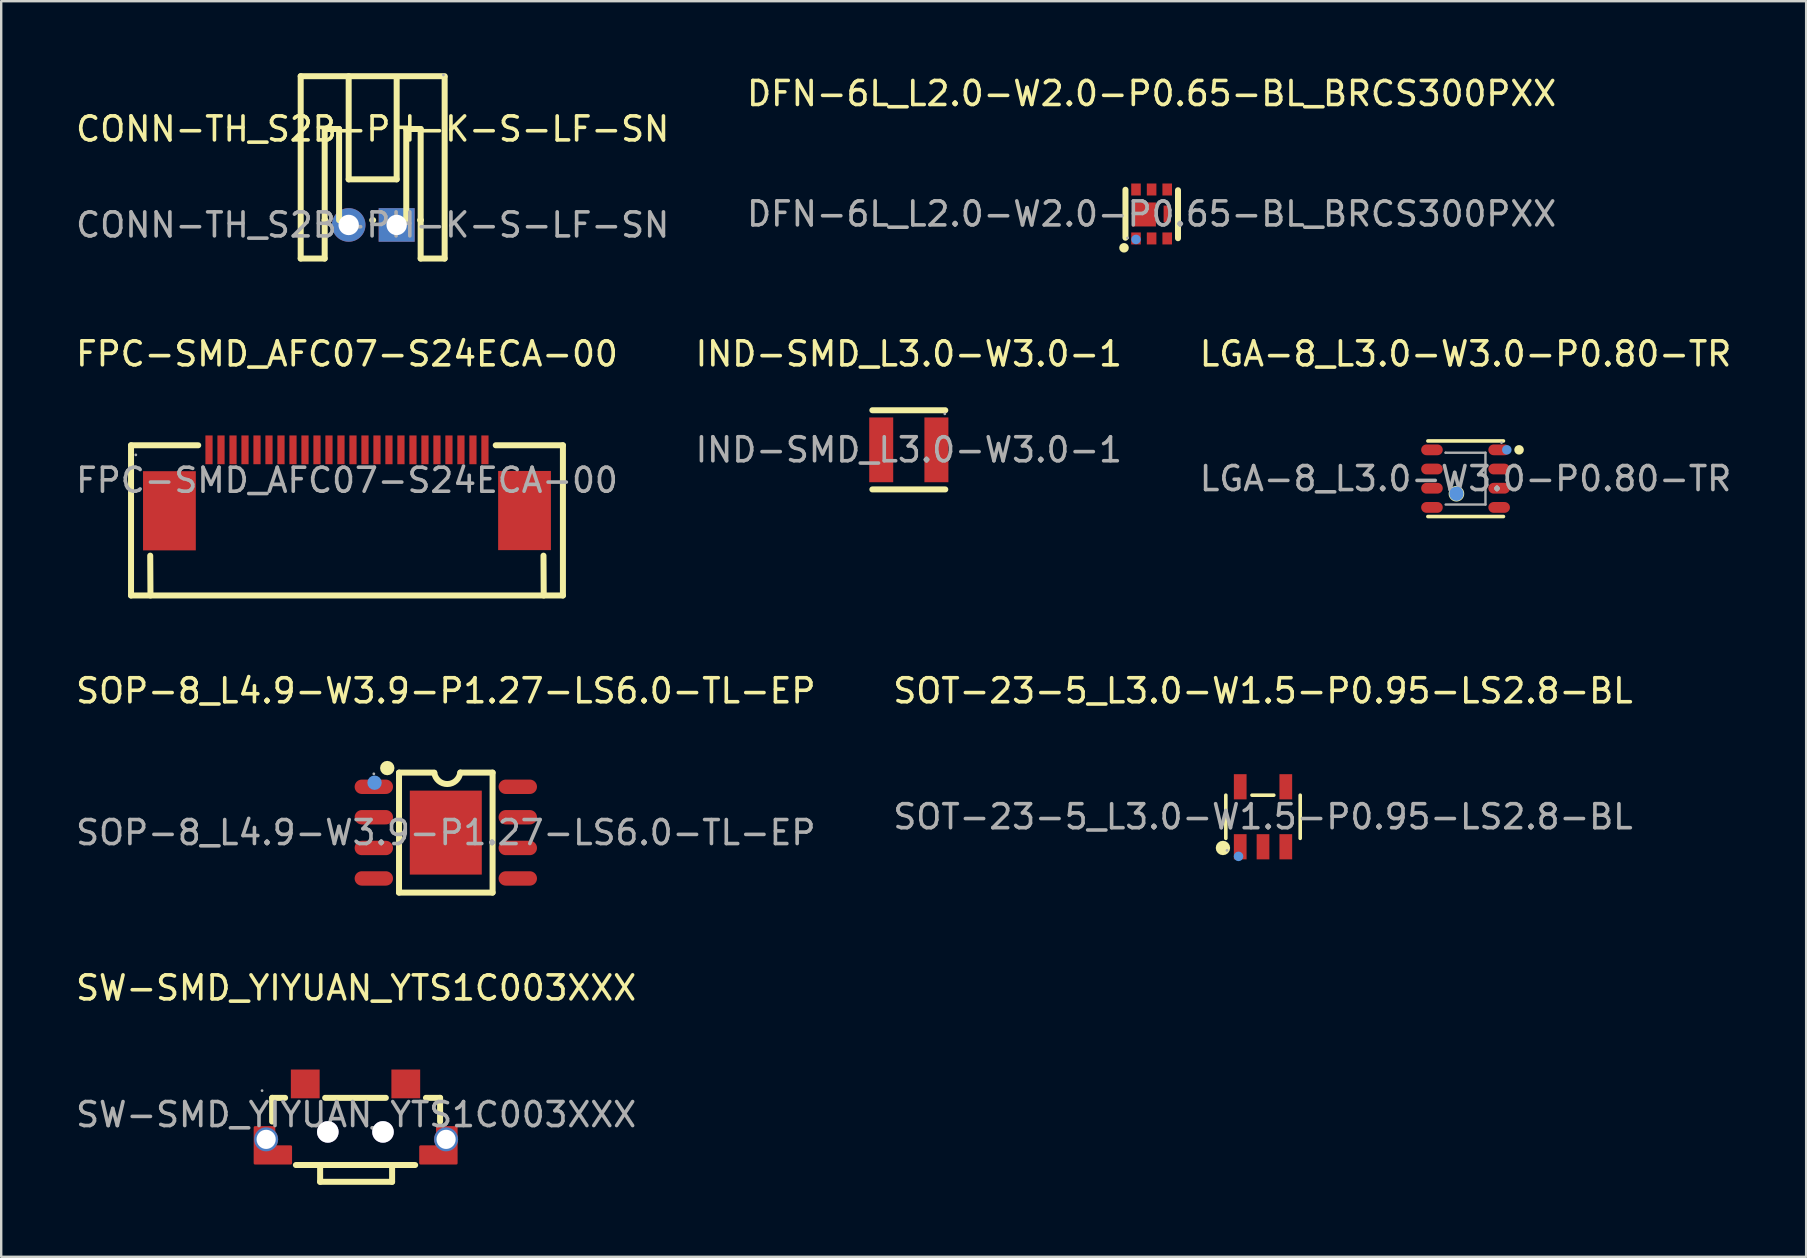
<source format=kicad_pcb>
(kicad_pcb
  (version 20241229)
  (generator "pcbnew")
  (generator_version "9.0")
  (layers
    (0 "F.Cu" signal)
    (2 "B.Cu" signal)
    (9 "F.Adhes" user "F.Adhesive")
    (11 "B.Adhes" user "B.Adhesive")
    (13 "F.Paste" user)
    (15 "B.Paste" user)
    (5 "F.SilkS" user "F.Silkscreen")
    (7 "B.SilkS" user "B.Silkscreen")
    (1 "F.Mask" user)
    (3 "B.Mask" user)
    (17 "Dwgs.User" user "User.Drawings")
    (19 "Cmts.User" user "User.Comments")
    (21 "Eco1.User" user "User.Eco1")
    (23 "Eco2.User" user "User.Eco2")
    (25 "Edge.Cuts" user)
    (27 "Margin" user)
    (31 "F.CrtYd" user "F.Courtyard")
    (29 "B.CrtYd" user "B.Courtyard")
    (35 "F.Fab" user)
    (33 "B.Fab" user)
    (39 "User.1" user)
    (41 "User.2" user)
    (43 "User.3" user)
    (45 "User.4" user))
  (footprint "CONN-TH_S2B-PH-K-S-LF-SN"
    (layer "F.Cu")
    (at 12.482 6.325)
    (property "Reference" "CONN-TH_S2B-PH-K-S-LF-SN" (at 0 -4 0) (layer "F.SilkS") (effects (font (size 1 1) (thickness 0.15))))
    (attr through_hole)
    (fp_line (start -3 -6.2) (end -3 1.4) (stroke (width 0.25) (type solid)) (layer "F.SilkS"))
    (fp_line (start -3 -6.2) (end 3 -6.2) (stroke (width 0.25) (type solid)) (layer "F.SilkS"))
    (fp_line (start -3 1.4) (end -2 1.4) (stroke (width 0.25) (type solid)) (layer "F.SilkS"))
    (fp_line (start -2 -4) (end -1.4 -4) (stroke (width 0.25) (type solid)) (layer "F.SilkS"))
    (fp_line (start -2 -0.2) (end -2 -4) (stroke (width 0.25) (type solid)) (layer "F.SilkS"))
    (fp_line (start -2 -0.2) (end -1.98 -0.2) (stroke (width 0.25) (type solid)) (layer "F.SilkS"))
    (fp_line (start -2 1.4) (end -2 -0.2) (stroke (width 0.25) (type solid)) (layer "F.SilkS"))
    (fp_line (start -1.4 -4) (end -1.4 -0.2) (stroke (width 0.25) (type solid)) (layer "F.SilkS"))
    (fp_line (start -1 -6.2) (end -1 -1.9) (stroke (width 0.25) (type solid)) (layer "F.SilkS"))
    (fp_line (start -1 -1.9) (end 1 -1.9) (stroke (width 0.25) (type solid)) (layer "F.SilkS"))
    (fp_line (start -0.02 -0.2) (end 0.02 -0.2) (stroke (width 0.25) (type solid)) (layer "F.SilkS"))
    (fp_line (start 1 -1.9) (end 1 -6.1) (stroke (width 0.25) (type solid)) (layer "F.SilkS"))
    (fp_line (start 1.4 -4) (end 2 -4) (stroke (width 0.25) (type solid)) (layer "F.SilkS"))
    (fp_line (start 1.4 -0.2) (end 1.4 -4) (stroke (width 0.25) (type solid)) (layer "F.SilkS"))
    (fp_line (start 1.98 -0.2) (end 2 -0.2) (stroke (width 0.25) (type solid)) (layer "F.SilkS"))
    (fp_line (start 2 -4) (end 2 -0.2) (stroke (width 0.25) (type solid)) (layer "F.SilkS"))
    (fp_line (start 2 1.4) (end 2 -0.2) (stroke (width 0.25) (type solid)) (layer "F.SilkS"))
    (fp_line (start 3 1.4) (end 2 1.4) (stroke (width 0.25) (type solid)) (layer "F.SilkS"))
    (fp_line (start 3 1.4) (end 3 -6.16) (stroke (width 0.25) (type solid)) (layer "F.SilkS"))
    (fp_circle (center 2.95 -6.25) (end 2.98 -6.25) (stroke (width 0.06) (type solid)) (fill no) (layer "F.Fab"))
    (fp_text user "${REFERENCE}" (at 0 0 0) (layer "F.Fab") (effects (font (size 1 1) (thickness 0.15))))
    (pad "1" thru_hole rect (at 1 0) (size 1.5 1.4) (drill 0.85) (layers "*.Cu" "*.Mask"))
    (pad "2" thru_hole circle (at -1 0) (size 1.4 1.4) (drill 0.85) (layers "*.Cu" "*.Mask")))
  (footprint "DFN-6L_L2.0-W2.0-P0.65-BL_BRCS300PXX"
    (layer "F.Cu")
    (at 44.946 5.868)
    (property "Reference" "DFN-6L_L2.0-W2.0-P0.65-BL_BRCS300PXX" (at 0 -5.02 0) (layer "F.SilkS") (effects (font (size 1 1) (thickness 0.15))))
    (attr smd)
    (fp_line (start -1.09 -1.01) (end -1.09 0.99) (stroke (width 0.25) (type solid)) (layer "F.SilkS"))
    (fp_line (start 1.1 -0.99) (end 1.1 1.01) (stroke (width 0.25) (type solid)) (layer "F.SilkS"))
    (fp_circle (center -1.15 1.41) (end -1.05 1.41) (stroke (width 0.2) (type solid)) (fill no) (layer "F.SilkS"))
    (fp_circle (center -0.65 1.06) (end -0.55 1.06) (stroke (width 0.2) (type solid)) (fill no) (layer "Cmts.User"))
    (fp_circle (center -1 1) (end -0.97 1) (stroke (width 0.06) (type solid)) (fill no) (layer "F.Fab"))
    (fp_text user "${REFERENCE}" (at 0 0 0) (layer "F.Fab") (effects (font (size 1 1) (thickness 0.15))))
    (pad "1" smd rect (at -0.65 -1.02 180) (size 0.4 0.5) (layers "F.Cu" "F.Mask" "F.Paste"))
    (pad "1" smd rect (at -0.65 1.02 180) (size 0.4 0.5) (layers "F.Cu" "F.Mask" "F.Paste"))
    (pad "1" smd rect (at -0.32 0.02 180) (size 1 1) (layers "F.Cu" "F.Mask" "F.Paste"))
    (pad "1" smd rect (at 0 -1.02 180) (size 0.4 0.5) (layers "F.Cu" "F.Mask" "F.Paste"))
    (pad "1" smd rect (at 0 1.02 180) (size 0.4 0.5) (layers "F.Cu" "F.Mask" "F.Paste"))
    (pad "2" smd rect (at 0.65 1.02 180) (size 0.4 0.5) (layers "F.Cu" "F.Mask" "F.Paste"))
    (pad "3" smd rect (at 0.65 -1.02 180) (size 0.4 0.5) (layers "F.Cu" "F.Mask" "F.Paste"))
    (pad "3" smd rect (at 0.65 0 180) (size 0.3 0.7) (layers "F.Cu" "F.Mask" "F.Paste")))
  (footprint "FPC-SMD_AFC07-S24ECA-00"
    (layer "F.Cu")
    (at 11.411 16.968)
    (property "Reference" "FPC-SMD_AFC07-S24ECA-00" (at 0 -5.27 0) (layer "F.SilkS") (effects (font (size 1 1) (thickness 0.15))))
    (attr smd)
    (fp_line (start -9 -1.46) (end -6.2 -1.46) (stroke (width 0.25) (type solid)) (layer "F.SilkS"))
    (fp_line (start -9 4.8) (end -9 -1.46) (stroke (width 0.25) (type solid)) (layer "F.SilkS"))
    (fp_line (start -9 4.8) (end 9 4.8) (stroke (width 0.25) (type solid)) (layer "F.SilkS"))
    (fp_line (start -8.19 4.8) (end -8.2 3.14) (stroke (width 0.25) (type solid)) (layer "F.SilkS"))
    (fp_line (start 6.2 -1.46) (end 9 -1.46) (stroke (width 0.25) (type solid)) (layer "F.SilkS"))
    (fp_line (start 8.19 3.14) (end 8.2 4.8) (stroke (width 0.25) (type solid)) (layer "F.SilkS"))
    (fp_line (start 9 -1.46) (end 9 4.8) (stroke (width 0.25) (type solid)) (layer "F.SilkS"))
    (fp_circle (center -8.8 -1.06) (end -8.77 -1.06) (stroke (width 0.06) (type solid)) (fill no) (layer "F.Fab"))
    (fp_text user "${REFERENCE}" (at 0 0 0) (layer "F.Fab") (effects (font (size 1 1) (thickness 0.15))))
    (pad "1" smd rect (at -5.75 -1.27 180) (size 0.3 1.2) (layers "F.Cu" "F.Mask" "F.Paste"))
    (pad "2" smd rect (at -5.25 -1.27 180) (size 0.3 1.2) (layers "F.Cu" "F.Mask" "F.Paste"))
    (pad "3" smd rect (at -4.75 -1.27 180) (size 0.3 1.2) (layers "F.Cu" "F.Mask" "F.Paste"))
    (pad "4" smd rect (at -4.25 -1.27 180) (size 0.3 1.2) (layers "F.Cu" "F.Mask" "F.Paste"))
    (pad "5" smd rect (at -3.75 -1.27 180) (size 0.3 1.2) (layers "F.Cu" "F.Mask" "F.Paste"))
    (pad "6" smd rect (at -3.25 -1.27 180) (size 0.3 1.2) (layers "F.Cu" "F.Mask" "F.Paste"))
    (pad "7" smd rect (at -2.75 -1.27 180) (size 0.3 1.2) (layers "F.Cu" "F.Mask" "F.Paste"))
    (pad "8" smd rect (at -2.25 -1.27 180) (size 0.3 1.2) (layers "F.Cu" "F.Mask" "F.Paste"))
    (pad "9" smd rect (at -1.75 -1.27 180) (size 0.3 1.2) (layers "F.Cu" "F.Mask" "F.Paste"))
    (pad "10" smd rect (at -1.25 -1.27 180) (size 0.3 1.2) (layers "F.Cu" "F.Mask" "F.Paste"))
    (pad "11" smd rect (at -0.75 -1.27 180) (size 0.3 1.2) (layers "F.Cu" "F.Mask" "F.Paste"))
    (pad "12" smd rect (at -0.25 -1.27 180) (size 0.3 1.2) (layers "F.Cu" "F.Mask" "F.Paste"))
    (pad "13" smd rect (at 0.25 -1.27 180) (size 0.3 1.2) (layers "F.Cu" "F.Mask" "F.Paste"))
    (pad "14" smd rect (at 0.75 -1.27 180) (size 0.3 1.2) (layers "F.Cu" "F.Mask" "F.Paste"))
    (pad "15" smd rect (at 1.25 -1.27 180) (size 0.3 1.2) (layers "F.Cu" "F.Mask" "F.Paste"))
    (pad "16" smd rect (at 1.75 -1.27 180) (size 0.3 1.2) (layers "F.Cu" "F.Mask" "F.Paste"))
    (pad "17" smd rect (at 2.25 -1.27 180) (size 0.3 1.2) (layers "F.Cu" "F.Mask" "F.Paste"))
    (pad "18" smd rect (at 2.75 -1.27 180) (size 0.3 1.2) (layers "F.Cu" "F.Mask" "F.Paste"))
    (pad "19" smd rect (at 3.25 -1.27 180) (size 0.3 1.2) (layers "F.Cu" "F.Mask" "F.Paste"))
    (pad "20" smd rect (at 3.75 -1.27 180) (size 0.3 1.2) (layers "F.Cu" "F.Mask" "F.Paste"))
    (pad "21" smd rect (at 4.25 -1.27 180) (size 0.3 1.2) (layers "F.Cu" "F.Mask" "F.Paste"))
    (pad "22" smd rect (at 4.75 -1.27 180) (size 0.3 1.2) (layers "F.Cu" "F.Mask" "F.Paste"))
    (pad "23" smd rect (at 5.25 -1.27 180) (size 0.3 1.2) (layers "F.Cu" "F.Mask" "F.Paste"))
    (pad "24" smd rect (at 5.75 -1.27 180) (size 0.3 1.2) (layers "F.Cu" "F.Mask" "F.Paste"))
    (pad "25" smd rect (at -7.4 1.27) (size 2.2 3.3) (layers "F.Cu" "F.Mask" "F.Paste"))
    (pad "26" smd rect (at 7.4 1.26 180) (size 2.2 3.3) (layers "F.Cu" "F.Mask" "F.Paste")))
  (footprint "SOP-8_L4.9-W3.9-P1.27-LS6.0-TL-EP"
    (layer "F.Cu")
    (at 15.53 31.651)
    (property "Reference" "SOP-8_L4.9-W3.9-P1.27-LS6.0-TL-EP" (at 0 -5.91 0) (layer "F.SilkS") (effects (font (size 1 1) (thickness 0.15))))
    (attr smd)
    (fp_line (start -1.95 -2.5) (end -0.48 -2.5) (stroke (width 0.25) (type solid)) (layer "F.SilkS"))
    (fp_line (start -1.95 2.5) (end -1.95 -2.5) (stroke (width 0.25) (type solid)) (layer "F.SilkS"))
    (fp_line (start -1.95 2.5) (end 1.95 2.5) (stroke (width 0.25) (type solid)) (layer "F.SilkS"))
    (fp_line (start 1.95 -2.5) (end 0.61 -2.5) (stroke (width 0.25) (type solid)) (layer "F.SilkS"))
    (fp_line (start 1.95 2.5) (end 1.95 -2.5) (stroke (width 0.25) (type solid)) (layer "F.SilkS"))
    (fp_arc (start -2.44 -2.69) (mid -2.44 -2.69) (end -2.44 -2.69) (stroke (width 0.3) (type solid)) (layer "F.SilkS"))
    (fp_arc (start 0.601821 -2.503444) (mid 0.066783 -2.024149) (end -0.48 -2.49) (stroke (width 0.25) (type solid)) (layer "F.SilkS"))
    (fp_circle (center -2.97 -2.08) (end -2.82 -2.08) (stroke (width 0.3) (type solid)) (fill no) (layer "Cmts.User"))
    (fp_circle (center -3 -2.45) (end -2.97 -2.45) (stroke (width 0.06) (type solid)) (fill no) (layer "F.Fab"))
    (fp_text user "${REFERENCE}" (at 0 0 0) (layer "F.Fab") (effects (font (size 1 1) (thickness 0.15))))
    (pad "1" smd oval (at -3 -1.91) (size 1.6 0.6) (layers "F.Cu" "F.Mask" "F.Paste"))
    (pad "2" smd oval (at -3 -0.64) (size 1.6 0.6) (layers "F.Cu" "F.Mask" "F.Paste"))
    (pad "3" smd oval (at -3 0.64) (size 1.6 0.6) (layers "F.Cu" "F.Mask" "F.Paste"))
    (pad "4" smd oval (at -3 1.91) (size 1.6 0.6) (layers "F.Cu" "F.Mask" "F.Paste"))
    (pad "5" smd oval (at 3 1.91) (size 1.6 0.6) (layers "F.Cu" "F.Mask" "F.Paste"))
    (pad "6" smd oval (at 3 0.64) (size 1.6 0.6) (layers "F.Cu" "F.Mask" "F.Paste"))
    (pad "7" smd oval (at 3 -0.64) (size 1.6 0.6) (layers "F.Cu" "F.Mask" "F.Paste"))
    (pad "8" smd oval (at 3 -1.91) (size 1.6 0.6) (layers "F.Cu" "F.Mask" "F.Paste"))
    (pad "9" smd rect (at 0 0) (size 3 3.5) (layers "F.Cu" "F.Mask" "F.Paste")))
  (footprint "SW-SMD_YIYUAN_YTS1C003XXX"
    (layer "F.Cu")
    (at 11.792 43.405)
    (property "Reference" "SW-SMD_YIYUAN_YTS1C003XXX" (at 0 -5.28 0) (layer "F.SilkS") (effects (font (size 1 1) (thickness 0.15))))
    (attr smd)
    (fp_line (start -3.5 -0.7) (end -3.5 0.29) (stroke (width 0.25) (type solid)) (layer "F.SilkS"))
    (fp_line (start -2.96 -0.7) (end -3.5 -0.7) (stroke (width 0.25) (type solid)) (layer "F.SilkS"))
    (fp_line (start -1.5 2.1) (end -2.51 2.1) (stroke (width 0.25) (type solid)) (layer "F.SilkS"))
    (fp_line (start -1.5 2.1) (end -1.5 2.8) (stroke (width 0.25) (type solid)) (layer "F.SilkS"))
    (fp_line (start -1.5 2.8) (end 1.5 2.8) (stroke (width 0.25) (type solid)) (layer "F.SilkS"))
    (fp_line (start 1.24 -0.7) (end -1.29 -0.7) (stroke (width 0.25) (type solid)) (layer "F.SilkS"))
    (fp_line (start 1.5 2.1) (end -1.5 2.1) (stroke (width 0.25) (type solid)) (layer "F.SilkS"))
    (fp_line (start 1.5 2.1) (end 2.46 2.1) (stroke (width 0.25) (type solid)) (layer "F.SilkS"))
    (fp_line (start 1.5 2.8) (end 1.5 2.1) (stroke (width 0.25) (type solid)) (layer "F.SilkS"))
    (fp_line (start 3.5 -0.7) (end 2.91 -0.7) (stroke (width 0.25) (type solid)) (layer "F.SilkS"))
    (fp_line (start 3.5 -0.7) (end 3.5 0.29) (stroke (width 0.25) (type solid)) (layer "F.SilkS"))
    (fp_circle (center -1.18 0.72) (end -1.03 0.72) (stroke (width 0.3) (type solid)) (fill no) (layer "Cmts.User"))
    (fp_circle (center 1.12 0.72) (end 1.27 0.72) (stroke (width 0.3) (type solid)) (fill no) (layer "Cmts.User"))
    (fp_circle (center -3.92 -1) (end -3.89 -1) (stroke (width 0.06) (type solid)) (fill no) (layer "F.Fab"))
    (fp_text user "${REFERENCE}" (at 0 0 0) (layer "F.Fab") (effects (font (size 1 1) (thickness 0.15))))
    (pad "" thru_hole circle (at -1.18 0.72) (size 0.9 0.9) (drill 0.9) (layers "*.Cu" "*.Mask"))
    (pad "" thru_hole circle (at 1.12 0.72) (size 0.9 0.9) (drill 0.9) (layers "*.Cu" "*.Mask"))
    (pad "1" smd rect (at -2.12 -1.28 180) (size 1.2 1.2) (layers "F.Cu" "F.Mask" "F.Paste"))
    (pad "2" smd rect (at 2.07 -1.28 180) (size 1.2 1.2) (layers "F.Cu" "F.Mask" "F.Paste"))
    (pad "3" thru_hole circle (at -3.75 1.03 180) (size 1 1) (drill 0.8) (layers "*.Cu" "*.Mask"))
    (pad "3" smd custom (at -3.47 1.28) (size 0.01 0.01) (layers "F.Cu" "F.Mask" "F.Paste") (options (anchor circle)) (primitives (gr_poly (pts (xy -0.75 0.75) (xy -0.75 -0.75) (xy 0.05 -0.75) (xy 0.05 0.05) (xy 0.75 0.05) (xy 0.75 0.75) (xy 0.05 0.75) (xy -0.75 0.75)) (width 0.1) (fill yes))))
    (pad "3" smd custom (at 3.43 1.28) (size 0.01 0.01) (layers "F.Cu" "F.Mask" "F.Paste") (options (anchor circle)) (primitives (gr_poly (pts (xy 0.75 0.75) (xy 0.75 -0.75) (xy -0.05 -0.75) (xy -0.05 0.05) (xy -0.75 0.05) (xy -0.75 0.75) (xy -0.05 0.75) (xy 0.75 0.75)) (width 0.1) (fill yes))))
    (pad "3" thru_hole circle (at 3.75 1.03 180) (size 1 1) (drill 0.8) (layers "*.Cu" "*.Mask")))
  (footprint "IND-SMD_L3.0-W3.0-1"
    (layer "F.Cu")
    (at 34.827 15.698)
    (property "Reference" "IND-SMD_L3.0-W3.0-1" (at 0 -4 0) (layer "F.SilkS") (effects (font (size 1 1) (thickness 0.15))))
    (attr through_hole)
    (fp_line (start -1.52 -1.65) (end 1.52 -1.65) (stroke (width 0.25) (type solid)) (layer "F.SilkS"))
    (fp_line (start 1.52 1.65) (end -1.52 1.65) (stroke (width 0.25) (type solid)) (layer "F.SilkS"))
    (fp_circle (center 1.5 -1.5) (end 1.53 -1.5) (stroke (width 0.06) (type solid)) (fill no) (layer "F.Fab"))
    (fp_text user "${REFERENCE}" (at 0 0 0) (layer "F.Fab") (effects (font (size 1 1) (thickness 0.15))))
    (pad "1" smd rect (at -1.15 0 180) (size 1 2.7) (layers "F.Cu" "F.Mask" "F.Paste"))
    (pad "2" smd rect (at 1.15 0 180) (size 1 2.7) (layers "F.Cu" "F.Mask" "F.Paste")))
  (footprint "LGA-8_L3.0-W3.0-P0.80-TR"
    (layer "F.Cu")
    (at 58.03 16.898)
    (property "Reference" "LGA-8_L3.0-W3.0-P0.80-TR" (at 0 -5.2 0) (layer "F.SilkS") (effects (font (size 1 1) (thickness 0.15))))
    (attr smd)
    (fp_line (start -1.57 -1.57) (end 1.58 -1.57) (stroke (width 0.15) (type solid)) (layer "F.SilkS"))
    (fp_line (start -1.57 1.58) (end 1.58 1.58) (stroke (width 0.15) (type solid)) (layer "F.SilkS"))
    (fp_circle (center -0.38 0.63) (end -0.13 0.63) (stroke (width 0.15) (type solid)) (fill no) (layer "F.SilkS"))
    (fp_circle (center 2.23 -1.2) (end 2.33 -1.2) (stroke (width 0.2) (type solid)) (fill no) (layer "F.SilkS"))
    (fp_circle (center -0.38 0.63) (end -0.23 0.63) (stroke (width 0.3) (type solid)) (fill no) (layer "Cmts.User"))
    (fp_circle (center 1.72 -1.2) (end 1.82 -1.2) (stroke (width 0.2) (type solid)) (fill no) (layer "Cmts.User"))
    (fp_line (start -0.83 -1.08) (end -0.83 -1.08) (stroke (width 0.1) (type solid)) (layer "F.Fab"))
    (fp_line (start -0.83 -1.08) (end 0.83 -1.08) (stroke (width 0.1) (type solid)) (layer "F.Fab"))
    (fp_line (start 0.83 -1.08) (end 0.83 1.08) (stroke (width 0.1) (type solid)) (layer "F.Fab"))
    (fp_line (start 0.83 1.08) (end -0.83 1.08) (stroke (width 0.1) (type solid)) (layer "F.Fab"))
    (fp_circle (center 1.5 -1.5) (end 1.53 -1.5) (stroke (width 0.06) (type solid)) (fill no) (layer "F.Fab"))
    (fp_text user "${REFERENCE}" (at 0 0 0) (layer "F.Fab") (effects (font (size 1 1) (thickness 0.15))))
    (pad "1" smd oval (at -1.4 -0.4 270) (size 0.45 0.9) (layers "F.Cu" "F.Mask" "F.Paste"))
    (pad "1" smd oval (at 1.4 -1.2 270) (size 0.45 0.9) (layers "F.Cu" "F.Mask" "F.Paste"))
    (pad "2" smd oval (at 1.4 -0.4 270) (size 0.45 0.9) (layers "F.Cu" "F.Mask" "F.Paste"))
    (pad "3" smd oval (at 1.4 0.4 270) (size 0.45 0.9) (layers "F.Cu" "F.Mask" "F.Paste"))
    (pad "4" smd oval (at 1.4 1.2 270) (size 0.45 0.9) (layers "F.Cu" "F.Mask" "F.Paste"))
    (pad "5" smd oval (at -1.4 1.2 270) (size 0.45 0.9) (layers "F.Cu" "F.Mask" "F.Paste"))
    (pad "6" smd oval (at -1.4 0.4 270) (size 0.45 0.9) (layers "F.Cu" "F.Mask" "F.Paste"))
    (pad "8" smd oval (at -1.4 -1.2 270) (size 0.45 0.9) (layers "F.Cu" "F.Mask" "F.Paste")))
  (footprint "SOT-23-5_L3.0-W1.5-P0.95-LS2.8-BL"
    (layer "F.Cu")
    (at 49.589 30.991)
    (property "Reference" "SOT-23-5_L3.0-W1.5-P0.95-LS2.8-BL" (at 0 -5.25 0) (layer "F.SilkS") (effects (font (size 1 1) (thickness 0.15))))
    (attr smd)
    (fp_line (start -1.55 0.9) (end -1.55 -0.9) (stroke (width 0.15) (type solid)) (layer "F.SilkS"))
    (fp_line (start 0.45 -0.9) (end -0.46 -0.9) (stroke (width 0.15) (type solid)) (layer "F.SilkS"))
    (fp_line (start 1.55 0.9) (end 1.55 -0.9) (stroke (width 0.15) (type solid)) (layer "F.SilkS"))
    (fp_circle (center -1.67 1.3) (end -1.52 1.3) (stroke (width 0.3) (type solid)) (fill no) (layer "F.SilkS"))
    (fp_circle (center -1.02 1.65) (end -0.92 1.65) (stroke (width 0.2) (type solid)) (fill no) (layer "Cmts.User"))
    (fp_circle (center -1.5 1.4) (end -1.47 1.4) (stroke (width 0.06) (type solid)) (fill no) (layer "F.Fab"))
    (fp_text user "${REFERENCE}" (at 0 0 0) (layer "F.Fab") (effects (font (size 1 1) (thickness 0.15))))
    (pad "1" smd rect (at -0.95 1.25) (size 0.53 1.05) (layers "F.Cu" "F.Mask" "F.Paste"))
    (pad "2" smd rect (at 0 1.25) (size 0.53 1.05) (layers "F.Cu" "F.Mask" "F.Paste"))
    (pad "3" smd rect (at 0.95 1.25) (size 0.53 1.05) (layers "F.Cu" "F.Mask" "F.Paste"))
    (pad "4" smd rect (at 0.95 -1.25) (size 0.53 1.05) (layers "F.Cu" "F.Mask" "F.Paste"))
    (pad "5" smd rect (at -0.95 -1.25) (size 0.53 1.05) (layers "F.Cu" "F.Mask" "F.Paste")))
  (gr_rect
    (start -3 -3)
    (end 72.226 49.33)
    (stroke (width 0.1) (type default))
    (fill no)
    (layer "Edge.Cuts")))
</source>
